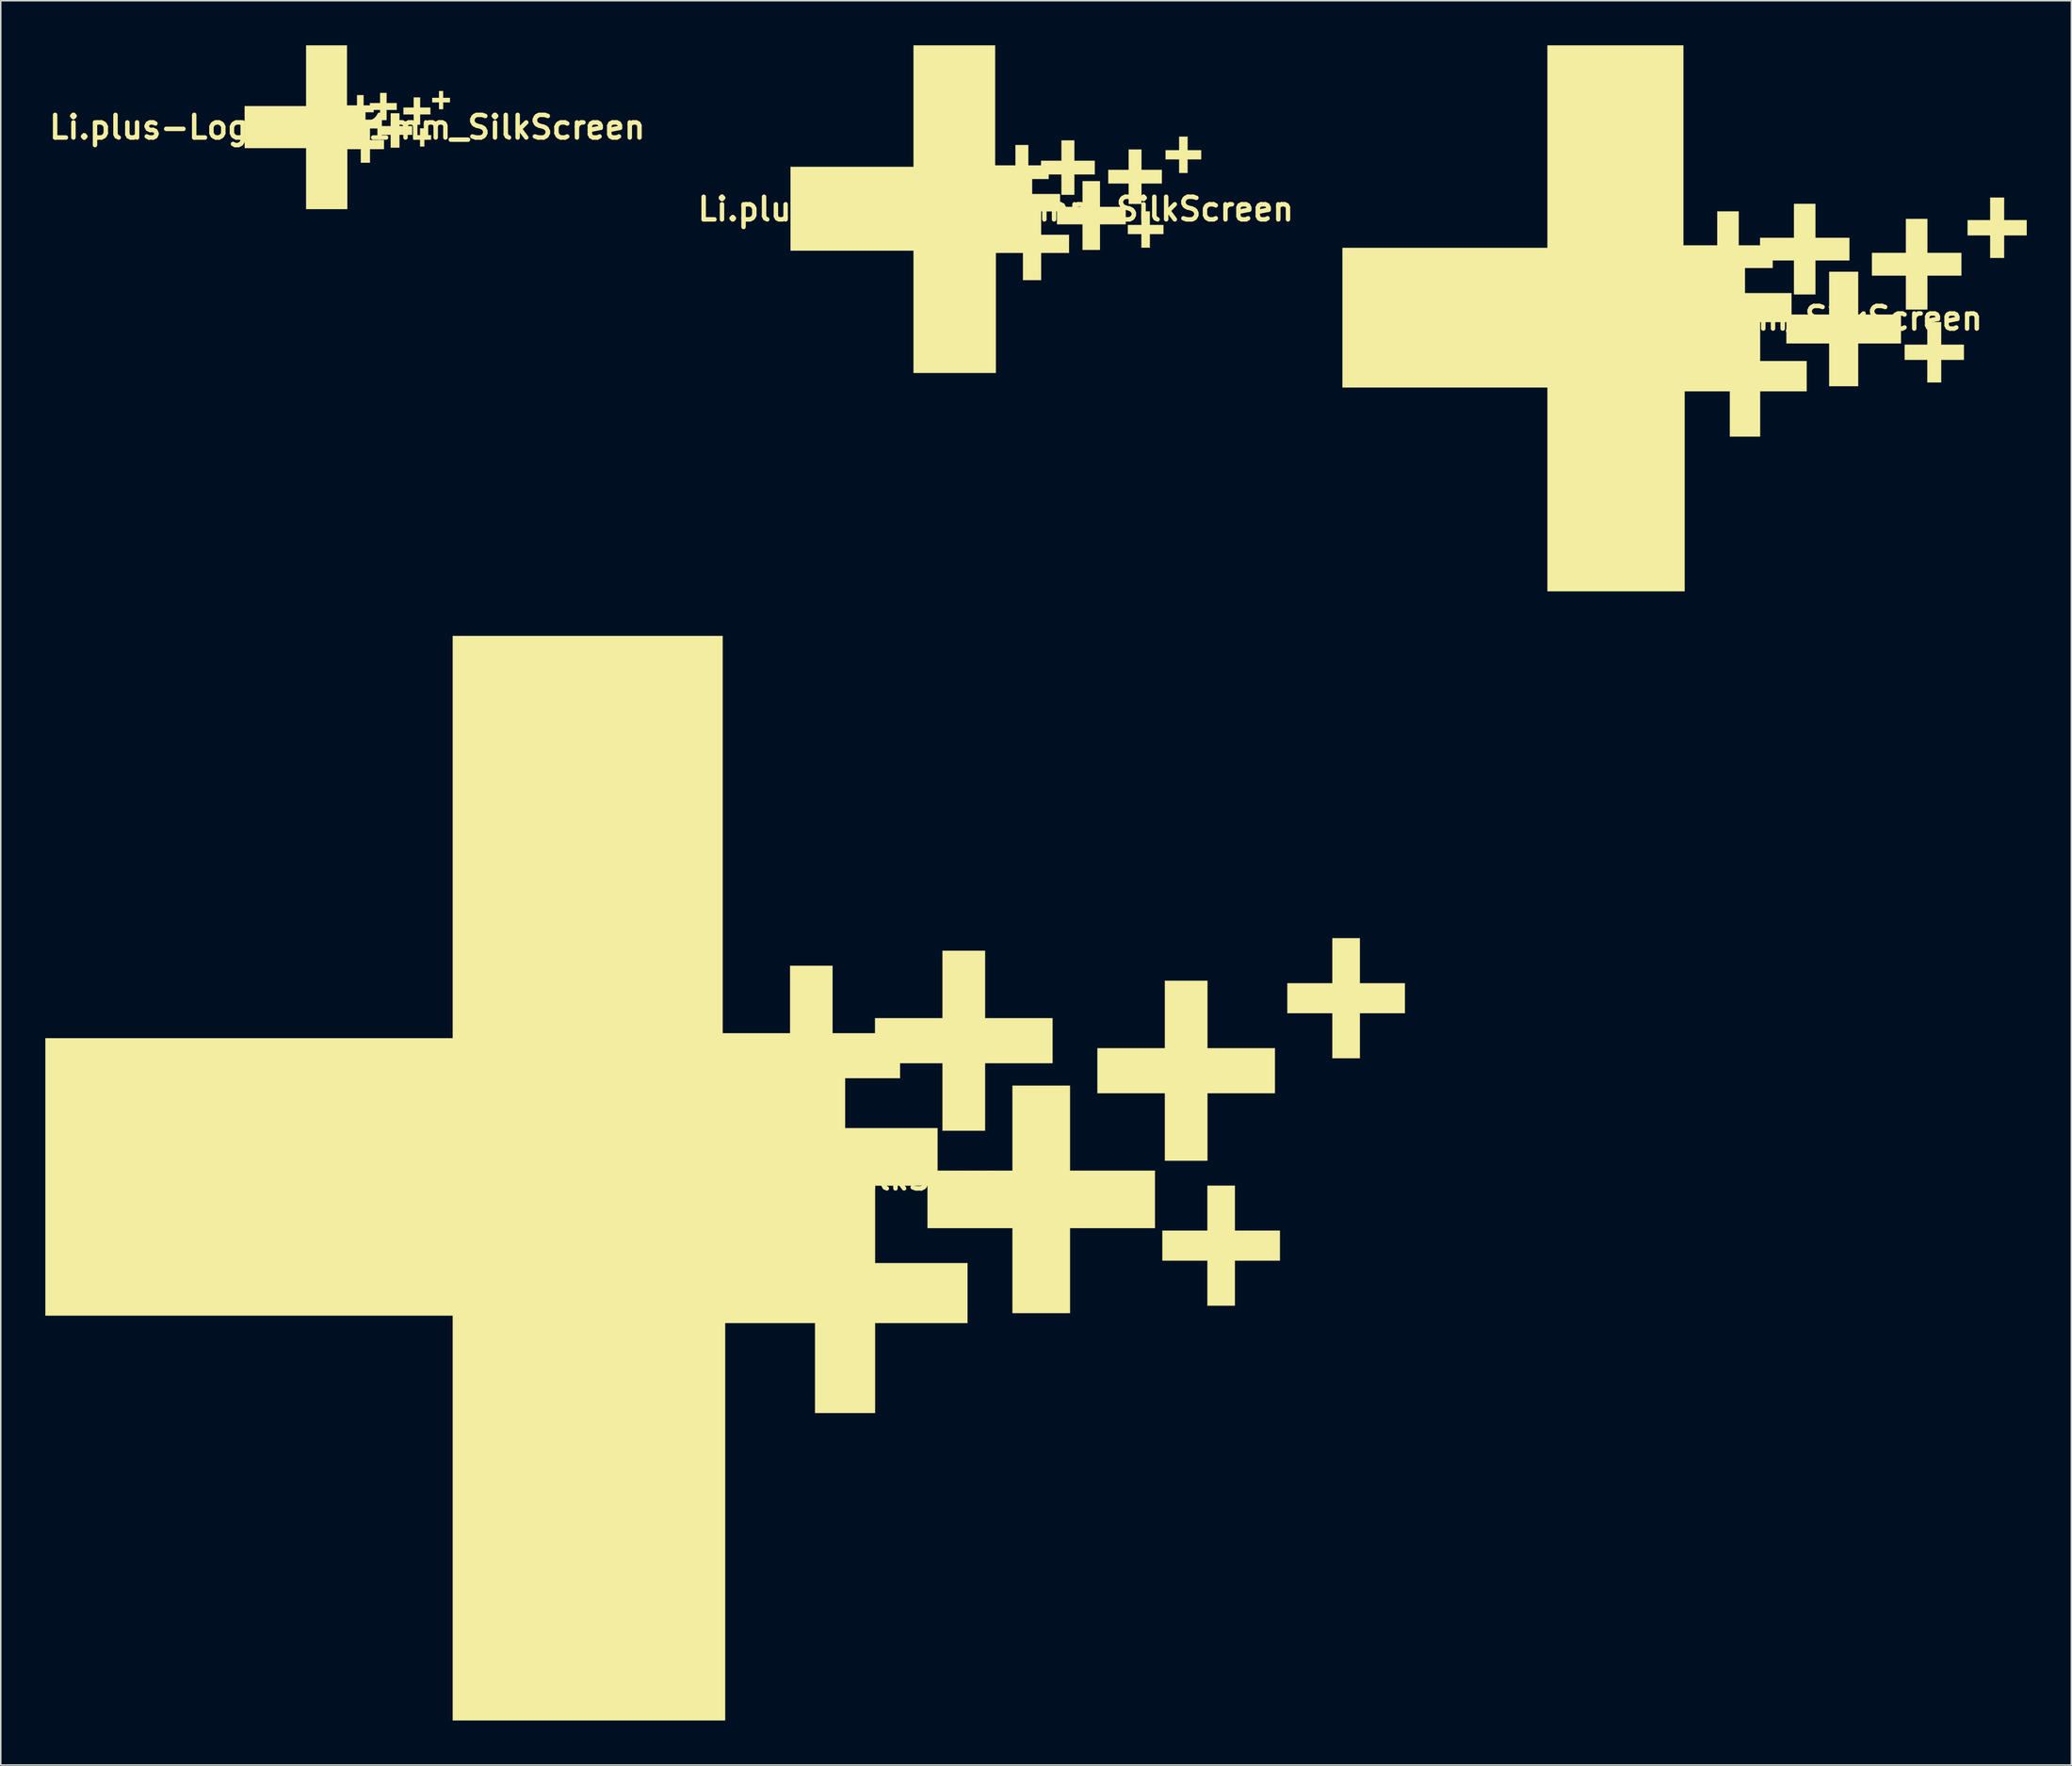
<source format=kicad_pcb>
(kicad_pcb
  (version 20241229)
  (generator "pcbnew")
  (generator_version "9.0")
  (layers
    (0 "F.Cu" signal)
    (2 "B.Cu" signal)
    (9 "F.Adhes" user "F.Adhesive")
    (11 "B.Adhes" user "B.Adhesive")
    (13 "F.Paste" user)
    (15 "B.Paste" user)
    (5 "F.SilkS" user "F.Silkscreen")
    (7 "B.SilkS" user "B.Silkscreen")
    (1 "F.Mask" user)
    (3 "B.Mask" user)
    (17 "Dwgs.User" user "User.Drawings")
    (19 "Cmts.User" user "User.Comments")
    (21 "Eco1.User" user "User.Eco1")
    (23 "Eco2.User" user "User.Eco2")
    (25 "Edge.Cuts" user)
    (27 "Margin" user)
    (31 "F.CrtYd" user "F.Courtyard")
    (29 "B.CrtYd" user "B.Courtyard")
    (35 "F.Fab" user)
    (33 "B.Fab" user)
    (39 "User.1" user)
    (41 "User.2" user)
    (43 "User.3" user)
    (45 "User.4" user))
  (footprint "Li.plus-Logo_14x11mm_SilkScreen"
    (layer "F.Cu")
    (at 20.327 5.517)
    (property "Reference" "Li.plus-Logo_14x11mm_SilkScreen" (at 0 0 0) (layer "F.SilkS") (effects (font (size 1.524 1.524) (thickness 0.3))))
    (attr through_hole)
    (fp_poly (pts (xy 4.902 -1.321) (xy 5.588 -1.321) (xy 5.588 -0.864) (xy 4.902 -0.864) (xy 4.902 -0.178) (xy 4.47 -0.178) (xy 4.47 -0.864) (xy 3.785 -0.864) (xy 3.785 -1.321) (xy 4.47 -1.321) (xy 4.47 -2.007) (xy 4.902 -2.007) (xy 4.902 -1.321)) (stroke (width 0.01) (type solid)) (fill yes) (layer "F.SilkS"))
    (fp_poly (pts (xy 5.182 0.533) (xy 5.639 0.533) (xy 5.639 0.838) (xy 5.182 0.838) (xy 5.182 1.295) (xy 4.902 1.295) (xy 4.902 0.838) (xy 4.445 0.838) (xy 4.445 0.533) (xy 4.902 0.533) (xy 4.902 0.076) (xy 5.182 0.076) (xy 5.182 0.533)) (stroke (width 0.01) (type solid)) (fill yes) (layer "F.SilkS"))
    (fp_poly (pts (xy 6.452 -1.981) (xy 6.909 -1.981) (xy 6.909 -1.676) (xy 6.452 -1.676) (xy 6.452 -1.219) (xy 6.172 -1.219) (xy 6.172 -1.676) (xy 5.715 -1.676) (xy 5.715 -1.981) (xy 6.172 -1.981) (xy 6.172 -2.438) (xy 6.452 -2.438) (xy 6.452 -1.981)) (stroke (width 0.01) (type solid)) (fill yes) (layer "F.SilkS"))
    (fp_poly (pts (xy -0.025 -1.473) (xy 0.66 -1.473) (xy 0.66 -2.159) (xy 1.092 -2.159) (xy 1.092 -1.473) (xy 1.524 -1.473) (xy 1.524 -1.626) (xy 2.21 -1.626) (xy 2.21 -2.311) (xy 2.642 -2.311) (xy 2.642 -1.626) (xy 3.327 -1.626) (xy 3.327 -1.168) (xy 2.642 -1.168) (xy 2.642 -0.483) (xy 2.21 -0.483) (xy 2.21 -1.168) (xy 1.778 -1.168) (xy 1.778 -1.016) (xy 1.219 -1.016) (xy 1.219 -0.508) (xy 2.159 -0.508) (xy 2.159 -0.076) (xy 2.921 -0.076) (xy 2.921 -0.94) (xy 3.505 -0.94) (xy 3.505 -0.076) (xy 4.369 -0.076) (xy 4.369 0.508) (xy 3.505 0.508) (xy 3.505 1.372) (xy 2.921 1.372) (xy 2.921 0.508) (xy 2.057 0.508) (xy 2.057 0.076) (xy 1.524 0.076) (xy 1.524 0.864) (xy 2.464 0.864) (xy 2.464 1.473) (xy 1.524 1.473) (xy 1.524 2.388) (xy 0.914 2.388) (xy 0.914 1.473) (xy 0 1.473) (xy 0 5.512) (xy -2.769 5.512) (xy -2.769 1.397) (xy -6.909 1.397) (xy -6.909 -1.422) (xy -2.769 -1.422) (xy -2.769 -5.512) (xy -0.025 -5.512) (xy -0.025 -1.473)) (stroke (width 0.01) (type solid)) (fill yes) (layer "F.SilkS")))
  (footprint "Li.plus-Logo_46x37mm_SilkScreen"
    (layer "F.Cu")
    (at 110.344 18.378)
    (property "Reference" "Li.plus-Logo_46x37mm_SilkScreen" (at 0 0 0) (layer "F.SilkS") (effects (font (size 1.524 1.524) (thickness 0.3))))
    (attr through_hole)
    (fp_poly (pts (xy 16.341 -4.403) (xy 18.627 -4.403) (xy 18.627 -2.879) (xy 16.341 -2.879) (xy 16.341 -0.593) (xy 14.901 -0.593) (xy 14.901 -2.879) (xy 12.615 -2.879) (xy 12.615 -4.403) (xy 14.901 -4.403) (xy 14.901 -6.689) (xy 16.341 -6.689) (xy 16.341 -4.403)) (stroke (width 0.01) (type solid)) (fill yes) (layer "F.SilkS"))
    (fp_poly (pts (xy 17.272 1.778) (xy 18.796 1.778) (xy 18.796 2.794) (xy 17.272 2.794) (xy 17.272 4.318) (xy 16.341 4.318) (xy 16.341 2.794) (xy 14.817 2.794) (xy 14.817 1.778) (xy 16.341 1.778) (xy 16.341 0.254) (xy 17.272 0.254) (xy 17.272 1.778)) (stroke (width 0.01) (type solid)) (fill yes) (layer "F.SilkS"))
    (fp_poly (pts (xy 21.505 -6.604) (xy 23.029 -6.604) (xy 23.029 -5.588) (xy 21.505 -5.588) (xy 21.505 -4.064) (xy 20.574 -4.064) (xy 20.574 -5.588) (xy 19.05 -5.588) (xy 19.05 -6.604) (xy 20.574 -6.604) (xy 20.574 -8.128) (xy 21.505 -8.128) (xy 21.505 -6.604)) (stroke (width 0.01) (type solid)) (fill yes) (layer "F.SilkS"))
    (fp_poly (pts (xy -0.085 -4.911) (xy 2.201 -4.911) (xy 2.201 -7.197) (xy 3.641 -7.197) (xy 3.641 -4.911) (xy 5.08 -4.911) (xy 5.08 -5.419) (xy 7.366 -5.419) (xy 7.366 -7.705) (xy 8.805 -7.705) (xy 8.805 -5.419) (xy 11.091 -5.419) (xy 11.091 -3.895) (xy 8.805 -3.895) (xy 8.805 -1.609) (xy 7.366 -1.609) (xy 7.366 -3.895) (xy 5.927 -3.895) (xy 5.927 -3.387) (xy 4.064 -3.387) (xy 4.064 -1.693) (xy 7.197 -1.693) (xy 7.197 -0.254) (xy 9.737 -0.254) (xy 9.737 -3.133) (xy 11.684 -3.133) (xy 11.684 -0.254) (xy 14.563 -0.254) (xy 14.563 1.693) (xy 11.684 1.693) (xy 11.684 4.572) (xy 9.737 4.572) (xy 9.737 1.693) (xy 6.858 1.693) (xy 6.858 0.254) (xy 5.08 0.254) (xy 5.08 2.879) (xy 8.213 2.879) (xy 8.213 4.911) (xy 5.08 4.911) (xy 5.08 7.959) (xy 3.048 7.959) (xy 3.048 4.911) (xy 0 4.911) (xy 0 18.373) (xy -9.229 18.373) (xy -9.229 4.657) (xy -23.029 4.657) (xy -23.029 -4.741) (xy -9.229 -4.741) (xy -9.229 -18.373) (xy -0.085 -18.373) (xy -0.085 -4.911)) (stroke (width 0.01) (type solid)) (fill yes) (layer "F.SilkS")))
  (footprint "Li.plus-Logo_28x22mm_SilkScreen"
    (layer "F.Cu")
    (at 63.982 11.029)
    (property "Reference" "Li.plus-Logo_28x22mm_SilkScreen" (at 0 0 0) (layer "F.SilkS") (effects (font (size 1.524 1.524) (thickness 0.3))))
    (attr through_hole)
    (fp_poly (pts (xy 9.804 -2.642) (xy 11.176 -2.642) (xy 11.176 -1.727) (xy 9.804 -1.727) (xy 9.804 -0.356) (xy 8.941 -0.356) (xy 8.941 -1.727) (xy 7.569 -1.727) (xy 7.569 -2.642) (xy 8.941 -2.642) (xy 8.941 -4.013) (xy 9.804 -4.013) (xy 9.804 -2.642)) (stroke (width 0.01) (type solid)) (fill yes) (layer "F.SilkS"))
    (fp_poly (pts (xy 10.363 1.067) (xy 11.278 1.067) (xy 11.278 1.676) (xy 10.363 1.676) (xy 10.363 2.591) (xy 9.804 2.591) (xy 9.804 1.676) (xy 8.89 1.676) (xy 8.89 1.067) (xy 9.804 1.067) (xy 9.804 0.152) (xy 10.363 0.152) (xy 10.363 1.067)) (stroke (width 0.01) (type solid)) (fill yes) (layer "F.SilkS"))
    (fp_poly (pts (xy 12.903 -3.962) (xy 13.818 -3.962) (xy 13.818 -3.353) (xy 12.903 -3.353) (xy 12.903 -2.438) (xy 12.344 -2.438) (xy 12.344 -3.353) (xy 11.43 -3.353) (xy 11.43 -3.962) (xy 12.344 -3.962) (xy 12.344 -4.877) (xy 12.903 -4.877) (xy 12.903 -3.962)) (stroke (width 0.01) (type solid)) (fill yes) (layer "F.SilkS"))
    (fp_poly (pts (xy -0.051 -2.946) (xy 1.321 -2.946) (xy 1.321 -4.318) (xy 2.184 -4.318) (xy 2.184 -2.946) (xy 3.048 -2.946) (xy 3.048 -3.251) (xy 4.42 -3.251) (xy 4.42 -4.623) (xy 5.283 -4.623) (xy 5.283 -3.251) (xy 6.655 -3.251) (xy 6.655 -2.337) (xy 5.283 -2.337) (xy 5.283 -0.965) (xy 4.42 -0.965) (xy 4.42 -2.337) (xy 3.556 -2.337) (xy 3.556 -2.032) (xy 2.438 -2.032) (xy 2.438 -1.016) (xy 4.318 -1.016) (xy 4.318 -0.152) (xy 5.842 -0.152) (xy 5.842 -1.88) (xy 7.01 -1.88) (xy 7.01 -0.152) (xy 8.738 -0.152) (xy 8.738 1.016) (xy 7.01 1.016) (xy 7.01 2.743) (xy 5.842 2.743) (xy 5.842 1.016) (xy 4.115 1.016) (xy 4.115 0.152) (xy 3.048 0.152) (xy 3.048 1.727) (xy 4.928 1.727) (xy 4.928 2.946) (xy 3.048 2.946) (xy 3.048 4.775) (xy 1.829 4.775) (xy 1.829 2.946) (xy 0 2.946) (xy 0 11.024) (xy -5.537 11.024) (xy -5.537 2.794) (xy -13.818 2.794) (xy -13.818 -2.845) (xy -5.537 -2.845) (xy -5.537 -11.024) (xy -0.051 -11.024) (xy -0.051 -2.946)) (stroke (width 0.01) (type solid)) (fill yes) (layer "F.SilkS")))
  (footprint "Li.plus-Logo_91x73mm_SilkScreen"
    (layer "F.Cu")
    (at 45.759 76.262)
    (property "Reference" "Li.plus-Logo_91x73mm_SilkScreen" (at 0 0 0) (layer "F.SilkS") (effects (font (size 1.524 1.524) (thickness 0.3))))
    (attr through_hole)
    (fp_poly (pts (xy 32.465 -8.747) (xy 37.007 -8.747) (xy 37.007 -5.719) (xy 32.465 -5.719) (xy 32.465 -1.177) (xy 29.605 -1.177) (xy 29.605 -5.719) (xy 25.064 -5.719) (xy 25.064 -8.747) (xy 29.605 -8.747) (xy 29.605 -13.289) (xy 32.465 -13.289) (xy 32.465 -8.747)) (stroke (width 0.01) (type solid)) (fill yes) (layer "F.SilkS"))
    (fp_poly (pts (xy 34.315 3.532) (xy 37.343 3.532) (xy 37.343 5.551) (xy 34.315 5.551) (xy 34.315 8.579) (xy 32.465 8.579) (xy 32.465 5.551) (xy 29.437 5.551) (xy 29.437 3.532) (xy 32.465 3.532) (xy 32.465 0.505) (xy 34.315 0.505) (xy 34.315 3.532)) (stroke (width 0.01) (type solid)) (fill yes) (layer "F.SilkS"))
    (fp_poly (pts (xy 42.726 -13.121) (xy 45.754 -13.121) (xy 45.754 -11.102) (xy 42.726 -11.102) (xy 42.726 -8.074) (xy 40.875 -8.074) (xy 40.875 -11.102) (xy 37.848 -11.102) (xy 37.848 -13.121) (xy 40.875 -13.121) (xy 40.875 -16.148) (xy 42.726 -16.148) (xy 42.726 -13.121)) (stroke (width 0.01) (type solid)) (fill yes) (layer "F.SilkS"))
    (fp_poly (pts (xy -0.168 -9.756) (xy 4.374 -9.756) (xy 4.374 -14.298) (xy 7.233 -14.298) (xy 7.233 -9.756) (xy 10.093 -9.756) (xy 10.093 -10.766) (xy 14.634 -10.766) (xy 14.634 -15.307) (xy 17.494 -15.307) (xy 17.494 -10.766) (xy 22.036 -10.766) (xy 22.036 -7.738) (xy 17.494 -7.738) (xy 17.494 -3.196) (xy 14.634 -3.196) (xy 14.634 -7.738) (xy 11.775 -7.738) (xy 11.775 -6.728) (xy 8.074 -6.728) (xy 8.074 -3.364) (xy 14.298 -3.364) (xy 14.298 -0.505) (xy 19.344 -0.505) (xy 19.344 -6.224) (xy 23.213 -6.224) (xy 23.213 -0.505) (xy 28.932 -0.505) (xy 28.932 3.364) (xy 23.213 3.364) (xy 23.213 9.083) (xy 19.344 9.083) (xy 19.344 3.364) (xy 13.625 3.364) (xy 13.625 0.505) (xy 10.093 0.505) (xy 10.093 5.719) (xy 16.317 5.719) (xy 16.317 9.756) (xy 10.093 9.756) (xy 10.093 15.812) (xy 6.056 15.812) (xy 6.056 9.756) (xy 0 9.756) (xy 0 36.502) (xy -18.335 36.502) (xy -18.335 9.252) (xy -45.754 9.252) (xy -45.754 -9.42) (xy -18.335 -9.42) (xy -18.335 -36.502) (xy -0.168 -36.502) (xy -0.168 -9.756)) (stroke (width 0.01) (type solid)) (fill yes) (layer "F.SilkS")))
  (gr_rect
    (start -3 -3)
    (end 136.378 115.769)
    (stroke (width 0.1) (type default))
    (fill no)
    (layer "Edge.Cuts")))
</source>
